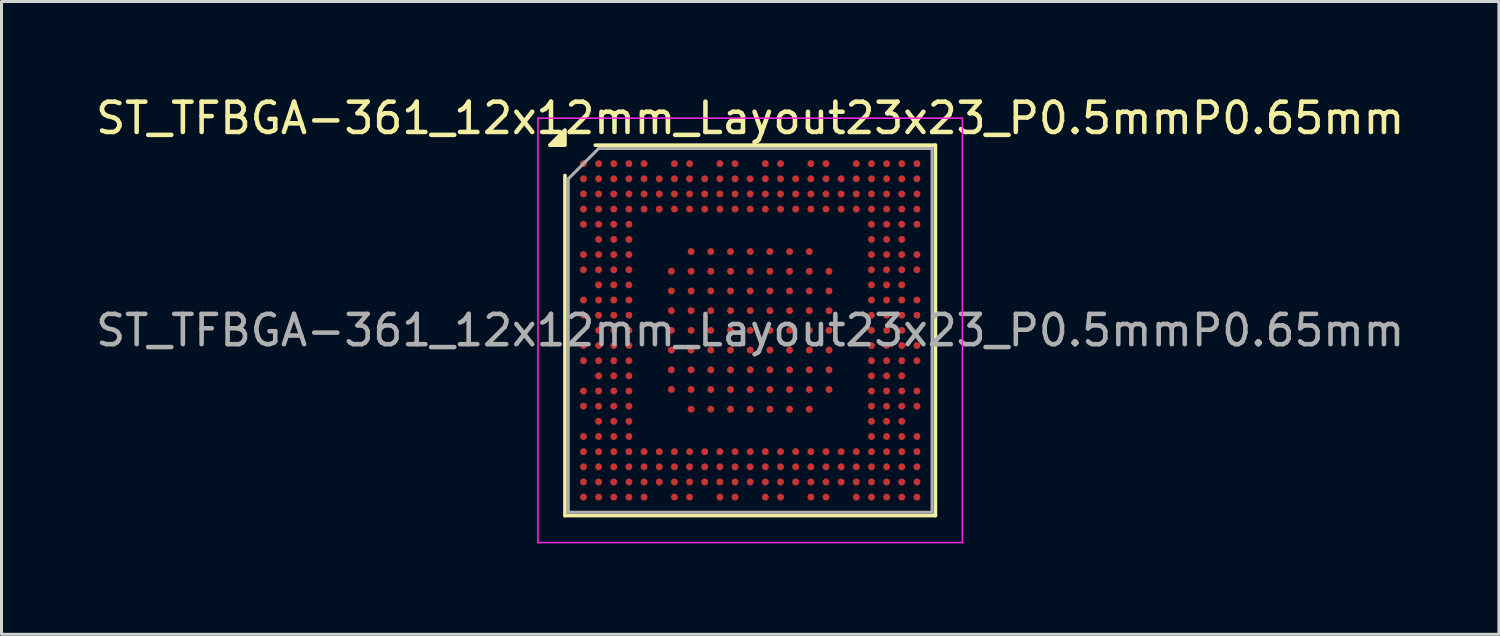
<source format=kicad_pcb>
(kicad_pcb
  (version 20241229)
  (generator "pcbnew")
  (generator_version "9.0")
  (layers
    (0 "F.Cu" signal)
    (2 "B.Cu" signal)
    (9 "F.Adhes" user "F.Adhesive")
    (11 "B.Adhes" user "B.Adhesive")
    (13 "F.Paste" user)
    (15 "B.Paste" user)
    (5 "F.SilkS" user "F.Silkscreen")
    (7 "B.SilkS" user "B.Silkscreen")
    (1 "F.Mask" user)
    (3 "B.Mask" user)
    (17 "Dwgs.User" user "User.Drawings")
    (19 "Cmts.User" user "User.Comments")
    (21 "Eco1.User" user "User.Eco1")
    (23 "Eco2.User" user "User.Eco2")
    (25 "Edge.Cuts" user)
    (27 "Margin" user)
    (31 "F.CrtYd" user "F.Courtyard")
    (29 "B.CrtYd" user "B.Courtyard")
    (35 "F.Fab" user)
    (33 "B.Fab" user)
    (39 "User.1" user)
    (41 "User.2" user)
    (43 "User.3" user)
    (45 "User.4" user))
  (footprint "ST_TFBGA-361_12x12mm_Layout23x23_P0.5mmP0.65mm"
    (layer "F.Cu")
    (at 21.696 7.848)
    (property "Reference" "ST_TFBGA-361_12x12mm_Layout23x23_P0.5mmP0.65mm" (at 0 -7 0) (layer "F.SilkS") (effects (font (size 1 1) (thickness 0.15))))
    (attr smd)
    (fp_line (start -6.11 6.11) (end -6.11 -5.11) (stroke (width 0.12) (type solid)) (layer "F.SilkS"))
    (fp_line (start -5.11 -6.11) (end 6.11 -6.11) (stroke (width 0.12) (type solid)) (layer "F.SilkS"))
    (fp_line (start 6.11 -6.11) (end 6.11 6.11) (stroke (width 0.12) (type solid)) (layer "F.SilkS"))
    (fp_line (start 6.11 6.11) (end -6.11 6.11) (stroke (width 0.12) (type solid)) (layer "F.SilkS"))
    (fp_poly (pts (xy -6.11 -6.11) (xy -6.61 -6.11) (xy -6.11 -6.61) (xy -6.11 -6.11)) (stroke (width 0.12) (type solid)) (fill yes) (layer "F.SilkS"))
    (fp_line (start -7 -7) (end -7 7) (stroke (width 0.05) (type solid)) (layer "F.CrtYd"))
    (fp_line (start -7 7) (end 7 7) (stroke (width 0.05) (type solid)) (layer "F.CrtYd"))
    (fp_line (start 7 -7) (end -7 -7) (stroke (width 0.05) (type solid)) (layer "F.CrtYd"))
    (fp_line (start 7 7) (end 7 -7) (stroke (width 0.05) (type solid)) (layer "F.CrtYd"))
    (fp_line (start -6 -5) (end -5 -6) (stroke (width 0.1) (type solid)) (layer "F.Fab"))
    (fp_line (start -6 6) (end -6 -5) (stroke (width 0.1) (type solid)) (layer "F.Fab"))
    (fp_line (start -5 -6) (end 6 -6) (stroke (width 0.1) (type solid)) (layer "F.Fab"))
    (fp_line (start 6 -6) (end 6 6) (stroke (width 0.1) (type solid)) (layer "F.Fab"))
    (fp_line (start 6 6) (end -6 6) (stroke (width 0.1) (type solid)) (layer "F.Fab"))
    (fp_text user "${REFERENCE}" (at 0 0 0) (layer "F.Fab") (effects (font (size 1 1) (thickness 0.15))))
    (pad "1A2" smd circle (at -1.95 -2.6) (size 0.23 0.23) (property pad_prop_bga) (layers "F.Cu" "F.Mask" "F.Paste"))
    (pad "1A3" smd circle (at -1.3 -2.6) (size 0.23 0.23) (property pad_prop_bga) (layers "F.Cu" "F.Mask" "F.Paste"))
    (pad "1A4" smd circle (at -0.65 -2.6) (size 0.23 0.23) (property pad_prop_bga) (layers "F.Cu" "F.Mask" "F.Paste"))
    (pad "1A5" smd circle (at 0 -2.6) (size 0.23 0.23) (property pad_prop_bga) (layers "F.Cu" "F.Mask" "F.Paste"))
    (pad "1A6" smd circle (at 0.65 -2.6) (size 0.23 0.23) (property pad_prop_bga) (layers "F.Cu" "F.Mask" "F.Paste"))
    (pad "1A7" smd circle (at 1.3 -2.6) (size 0.23 0.23) (property pad_prop_bga) (layers "F.Cu" "F.Mask" "F.Paste"))
    (pad "1A8" smd circle (at 1.95 -2.6) (size 0.23 0.23) (property pad_prop_bga) (layers "F.Cu" "F.Mask" "F.Paste"))
    (pad "1B1" smd circle (at -2.6 -1.95) (size 0.23 0.23) (property pad_prop_bga) (layers "F.Cu" "F.Mask" "F.Paste"))
    (pad "1B2" smd circle (at -1.95 -1.95) (size 0.23 0.23) (property pad_prop_bga) (layers "F.Cu" "F.Mask" "F.Paste"))
    (pad "1B3" smd circle (at -1.3 -1.95) (size 0.23 0.23) (property pad_prop_bga) (layers "F.Cu" "F.Mask" "F.Paste"))
    (pad "1B4" smd circle (at -0.65 -1.95) (size 0.23 0.23) (property pad_prop_bga) (layers "F.Cu" "F.Mask" "F.Paste"))
    (pad "1B5" smd circle (at 0 -1.95) (size 0.23 0.23) (property pad_prop_bga) (layers "F.Cu" "F.Mask" "F.Paste"))
    (pad "1B6" smd circle (at 0.65 -1.95) (size 0.23 0.23) (property pad_prop_bga) (layers "F.Cu" "F.Mask" "F.Paste"))
    (pad "1B7" smd circle (at 1.3 -1.95) (size 0.23 0.23) (property pad_prop_bga) (layers "F.Cu" "F.Mask" "F.Paste"))
    (pad "1B8" smd circle (at 1.95 -1.95) (size 0.23 0.23) (property pad_prop_bga) (layers "F.Cu" "F.Mask" "F.Paste"))
    (pad "1B9" smd circle (at 2.6 -1.95) (size 0.23 0.23) (property pad_prop_bga) (layers "F.Cu" "F.Mask" "F.Paste"))
    (pad "1C1" smd circle (at -2.6 -1.3) (size 0.23 0.23) (property pad_prop_bga) (layers "F.Cu" "F.Mask" "F.Paste"))
    (pad "1C2" smd circle (at -1.95 -1.3) (size 0.23 0.23) (property pad_prop_bga) (layers "F.Cu" "F.Mask" "F.Paste"))
    (pad "1C3" smd circle (at -1.3 -1.3) (size 0.23 0.23) (property pad_prop_bga) (layers "F.Cu" "F.Mask" "F.Paste"))
    (pad "1C4" smd circle (at -0.65 -1.3) (size 0.23 0.23) (property pad_prop_bga) (layers "F.Cu" "F.Mask" "F.Paste"))
    (pad "1C5" smd circle (at 0 -1.3) (size 0.23 0.23) (property pad_prop_bga) (layers "F.Cu" "F.Mask" "F.Paste"))
    (pad "1C6" smd circle (at 0.65 -1.3) (size 0.23 0.23) (property pad_prop_bga) (layers "F.Cu" "F.Mask" "F.Paste"))
    (pad "1C7" smd circle (at 1.3 -1.3) (size 0.23 0.23) (property pad_prop_bga) (layers "F.Cu" "F.Mask" "F.Paste"))
    (pad "1C8" smd circle (at 1.95 -1.3) (size 0.23 0.23) (property pad_prop_bga) (layers "F.Cu" "F.Mask" "F.Paste"))
    (pad "1C9" smd circle (at 2.6 -1.3) (size 0.23 0.23) (property pad_prop_bga) (layers "F.Cu" "F.Mask" "F.Paste"))
    (pad "1D1" smd circle (at -2.6 -0.65) (size 0.23 0.23) (property pad_prop_bga) (layers "F.Cu" "F.Mask" "F.Paste"))
    (pad "1D2" smd circle (at -1.95 -0.65) (size 0.23 0.23) (property pad_prop_bga) (layers "F.Cu" "F.Mask" "F.Paste"))
    (pad "1D3" smd circle (at -1.3 -0.65) (size 0.23 0.23) (property pad_prop_bga) (layers "F.Cu" "F.Mask" "F.Paste"))
    (pad "1D4" smd circle (at -0.65 -0.65) (size 0.23 0.23) (property pad_prop_bga) (layers "F.Cu" "F.Mask" "F.Paste"))
    (pad "1D5" smd circle (at 0 -0.65) (size 0.23 0.23) (property pad_prop_bga) (layers "F.Cu" "F.Mask" "F.Paste"))
    (pad "1D6" smd circle (at 0.65 -0.65) (size 0.23 0.23) (property pad_prop_bga) (layers "F.Cu" "F.Mask" "F.Paste"))
    (pad "1D7" smd circle (at 1.3 -0.65) (size 0.23 0.23) (property pad_prop_bga) (layers "F.Cu" "F.Mask" "F.Paste"))
    (pad "1D8" smd circle (at 1.95 -0.65) (size 0.23 0.23) (property pad_prop_bga) (layers "F.Cu" "F.Mask" "F.Paste"))
    (pad "1D9" smd circle (at 2.6 -0.65) (size 0.23 0.23) (property pad_prop_bga) (layers "F.Cu" "F.Mask" "F.Paste"))
    (pad "1E1" smd circle (at -2.6 0) (size 0.23 0.23) (property pad_prop_bga) (layers "F.Cu" "F.Mask" "F.Paste"))
    (pad "1E2" smd circle (at -1.95 0) (size 0.23 0.23) (property pad_prop_bga) (layers "F.Cu" "F.Mask" "F.Paste"))
    (pad "1E3" smd circle (at -1.3 0) (size 0.23 0.23) (property pad_prop_bga) (layers "F.Cu" "F.Mask" "F.Paste"))
    (pad "1E4" smd circle (at -0.65 0) (size 0.23 0.23) (property pad_prop_bga) (layers "F.Cu" "F.Mask" "F.Paste"))
    (pad "1E5" smd circle (at 0 0) (size 0.23 0.23) (property pad_prop_bga) (layers "F.Cu" "F.Mask" "F.Paste"))
    (pad "1E6" smd circle (at 0.65 0) (size 0.23 0.23) (property pad_prop_bga) (layers "F.Cu" "F.Mask" "F.Paste"))
    (pad "1E7" smd circle (at 1.3 0) (size 0.23 0.23) (property pad_prop_bga) (layers "F.Cu" "F.Mask" "F.Paste"))
    (pad "1E8" smd circle (at 1.95 0) (size 0.23 0.23) (property pad_prop_bga) (layers "F.Cu" "F.Mask" "F.Paste"))
    (pad "1E9" smd circle (at 2.6 0) (size 0.23 0.23) (property pad_prop_bga) (layers "F.Cu" "F.Mask" "F.Paste"))
    (pad "1F1" smd circle (at -2.6 0.65) (size 0.23 0.23) (property pad_prop_bga) (layers "F.Cu" "F.Mask" "F.Paste"))
    (pad "1F2" smd circle (at -1.95 0.65) (size 0.23 0.23) (property pad_prop_bga) (layers "F.Cu" "F.Mask" "F.Paste"))
    (pad "1F3" smd circle (at -1.3 0.65) (size 0.23 0.23) (property pad_prop_bga) (layers "F.Cu" "F.Mask" "F.Paste"))
    (pad "1F4" smd circle (at -0.65 0.65) (size 0.23 0.23) (property pad_prop_bga) (layers "F.Cu" "F.Mask" "F.Paste"))
    (pad "1F5" smd circle (at 0 0.65) (size 0.23 0.23) (property pad_prop_bga) (layers "F.Cu" "F.Mask" "F.Paste"))
    (pad "1F6" smd circle (at 0.65 0.65) (size 0.23 0.23) (property pad_prop_bga) (layers "F.Cu" "F.Mask" "F.Paste"))
    (pad "1F7" smd circle (at 1.3 0.65) (size 0.23 0.23) (property pad_prop_bga) (layers "F.Cu" "F.Mask" "F.Paste"))
    (pad "1F8" smd circle (at 1.95 0.65) (size 0.23 0.23) (property pad_prop_bga) (layers "F.Cu" "F.Mask" "F.Paste"))
    (pad "1F9" smd circle (at 2.6 0.65) (size 0.23 0.23) (property pad_prop_bga) (layers "F.Cu" "F.Mask" "F.Paste"))
    (pad "1G1" smd circle (at -2.6 1.3) (size 0.23 0.23) (property pad_prop_bga) (layers "F.Cu" "F.Mask" "F.Paste"))
    (pad "1G2" smd circle (at -1.95 1.3) (size 0.23 0.23) (property pad_prop_bga) (layers "F.Cu" "F.Mask" "F.Paste"))
    (pad "1G3" smd circle (at -1.3 1.3) (size 0.23 0.23) (property pad_prop_bga) (layers "F.Cu" "F.Mask" "F.Paste"))
    (pad "1G4" smd circle (at -0.65 1.3) (size 0.23 0.23) (property pad_prop_bga) (layers "F.Cu" "F.Mask" "F.Paste"))
    (pad "1G5" smd circle (at 0 1.3) (size 0.23 0.23) (property pad_prop_bga) (layers "F.Cu" "F.Mask" "F.Paste"))
    (pad "1G6" smd circle (at 0.65 1.3) (size 0.23 0.23) (property pad_prop_bga) (layers "F.Cu" "F.Mask" "F.Paste"))
    (pad "1G7" smd circle (at 1.3 1.3) (size 0.23 0.23) (property pad_prop_bga) (layers "F.Cu" "F.Mask" "F.Paste"))
    (pad "1G8" smd circle (at 1.95 1.3) (size 0.23 0.23) (property pad_prop_bga) (layers "F.Cu" "F.Mask" "F.Paste"))
    (pad "1G9" smd circle (at 2.6 1.3) (size 0.23 0.23) (property pad_prop_bga) (layers "F.Cu" "F.Mask" "F.Paste"))
    (pad "1H1" smd circle (at -2.6 1.95) (size 0.23 0.23) (property pad_prop_bga) (layers "F.Cu" "F.Mask" "F.Paste"))
    (pad "1H2" smd circle (at -1.95 1.95) (size 0.23 0.23) (property pad_prop_bga) (layers "F.Cu" "F.Mask" "F.Paste"))
    (pad "1H3" smd circle (at -1.3 1.95) (size 0.23 0.23) (property pad_prop_bga) (layers "F.Cu" "F.Mask" "F.Paste"))
    (pad "1H4" smd circle (at -0.65 1.95) (size 0.23 0.23) (property pad_prop_bga) (layers "F.Cu" "F.Mask" "F.Paste"))
    (pad "1H5" smd circle (at 0 1.95) (size 0.23 0.23) (property pad_prop_bga) (layers "F.Cu" "F.Mask" "F.Paste"))
    (pad "1H6" smd circle (at 0.65 1.95) (size 0.23 0.23) (property pad_prop_bga) (layers "F.Cu" "F.Mask" "F.Paste"))
    (pad "1H7" smd circle (at 1.3 1.95) (size 0.23 0.23) (property pad_prop_bga) (layers "F.Cu" "F.Mask" "F.Paste"))
    (pad "1H8" smd circle (at 1.95 1.95) (size 0.23 0.23) (property pad_prop_bga) (layers "F.Cu" "F.Mask" "F.Paste"))
    (pad "1H9" smd circle (at 2.6 1.95) (size 0.23 0.23) (property pad_prop_bga) (layers "F.Cu" "F.Mask" "F.Paste"))
    (pad "1J2" smd circle (at -1.95 2.6) (size 0.23 0.23) (property pad_prop_bga) (layers "F.Cu" "F.Mask" "F.Paste"))
    (pad "1J3" smd circle (at -1.3 2.6) (size 0.23 0.23) (property pad_prop_bga) (layers "F.Cu" "F.Mask" "F.Paste"))
    (pad "1J4" smd circle (at -0.65 2.6) (size 0.23 0.23) (property pad_prop_bga) (layers "F.Cu" "F.Mask" "F.Paste"))
    (pad "1J5" smd circle (at 0 2.6) (size 0.23 0.23) (property pad_prop_bga) (layers "F.Cu" "F.Mask" "F.Paste"))
    (pad "1J6" smd circle (at 0.65 2.6) (size 0.23 0.23) (property pad_prop_bga) (layers "F.Cu" "F.Mask" "F.Paste"))
    (pad "1J7" smd circle (at 1.3 2.6) (size 0.23 0.23) (property pad_prop_bga) (layers "F.Cu" "F.Mask" "F.Paste"))
    (pad "1J8" smd circle (at 1.95 2.6) (size 0.23 0.23) (property pad_prop_bga) (layers "F.Cu" "F.Mask" "F.Paste"))
    (pad "A1" smd circle (at -5.5 -5.5) (size 0.23 0.23) (property pad_prop_bga) (layers "F.Cu" "F.Mask" "F.Paste"))
    (pad "A2" smd circle (at -5 -5.5) (size 0.23 0.23) (property pad_prop_bga) (layers "F.Cu" "F.Mask" "F.Paste"))
    (pad "A3" smd circle (at -4.5 -5.5) (size 0.23 0.23) (property pad_prop_bga) (layers "F.Cu" "F.Mask" "F.Paste"))
    (pad "A4" smd circle (at -4 -5.5) (size 0.23 0.23) (property pad_prop_bga) (layers "F.Cu" "F.Mask" "F.Paste"))
    (pad "A5" smd circle (at -3.5 -5.5) (size 0.23 0.23) (property pad_prop_bga) (layers "F.Cu" "F.Mask" "F.Paste"))
    (pad "A7" smd circle (at -2.5 -5.5) (size 0.23 0.23) (property pad_prop_bga) (layers "F.Cu" "F.Mask" "F.Paste"))
    (pad "A8" smd circle (at -2 -5.5) (size 0.23 0.23) (property pad_prop_bga) (layers "F.Cu" "F.Mask" "F.Paste"))
    (pad "A10" smd circle (at -1 -5.5) (size 0.23 0.23) (property pad_prop_bga) (layers "F.Cu" "F.Mask" "F.Paste"))
    (pad "A11" smd circle (at -0.5 -5.5) (size 0.23 0.23) (property pad_prop_bga) (layers "F.Cu" "F.Mask" "F.Paste"))
    (pad "A13" smd circle (at 0.5 -5.5) (size 0.23 0.23) (property pad_prop_bga) (layers "F.Cu" "F.Mask" "F.Paste"))
    (pad "A14" smd circle (at 1 -5.5) (size 0.23 0.23) (property pad_prop_bga) (layers "F.Cu" "F.Mask" "F.Paste"))
    (pad "A16" smd circle (at 2 -5.5) (size 0.23 0.23) (property pad_prop_bga) (layers "F.Cu" "F.Mask" "F.Paste"))
    (pad "A17" smd circle (at 2.5 -5.5) (size 0.23 0.23) (property pad_prop_bga) (layers "F.Cu" "F.Mask" "F.Paste"))
    (pad "A19" smd circle (at 3.5 -5.5) (size 0.23 0.23) (property pad_prop_bga) (layers "F.Cu" "F.Mask" "F.Paste"))
    (pad "A20" smd circle (at 4 -5.5) (size 0.23 0.23) (property pad_prop_bga) (layers "F.Cu" "F.Mask" "F.Paste"))
    (pad "A21" smd circle (at 4.5 -5.5) (size 0.23 0.23) (property pad_prop_bga) (layers "F.Cu" "F.Mask" "F.Paste"))
    (pad "A22" smd circle (at 5 -5.5) (size 0.23 0.23) (property pad_prop_bga) (layers "F.Cu" "F.Mask" "F.Paste"))
    (pad "A23" smd circle (at 5.5 -5.5) (size 0.23 0.23) (property pad_prop_bga) (layers "F.Cu" "F.Mask" "F.Paste"))
    (pad "AA1" smd circle (at -5.5 4.5) (size 0.23 0.23) (property pad_prop_bga) (layers "F.Cu" "F.Mask" "F.Paste"))
    (pad "AA2" smd circle (at -5 4.5) (size 0.23 0.23) (property pad_prop_bga) (layers "F.Cu" "F.Mask" "F.Paste"))
    (pad "AA3" smd circle (at -4.5 4.5) (size 0.23 0.23) (property pad_prop_bga) (layers "F.Cu" "F.Mask" "F.Paste"))
    (pad "AA4" smd circle (at -4 4.5) (size 0.23 0.23) (property pad_prop_bga) (layers "F.Cu" "F.Mask" "F.Paste"))
    (pad "AA5" smd circle (at -3.5 4.5) (size 0.23 0.23) (property pad_prop_bga) (layers "F.Cu" "F.Mask" "F.Paste"))
    (pad "AA6" smd circle (at -3 4.5) (size 0.23 0.23) (property pad_prop_bga) (layers "F.Cu" "F.Mask" "F.Paste"))
    (pad "AA7" smd circle (at -2.5 4.5) (size 0.23 0.23) (property pad_prop_bga) (layers "F.Cu" "F.Mask" "F.Paste"))
    (pad "AA8" smd circle (at -2 4.5) (size 0.23 0.23) (property pad_prop_bga) (layers "F.Cu" "F.Mask" "F.Paste"))
    (pad "AA9" smd circle (at -1.5 4.5) (size 0.23 0.23) (property pad_prop_bga) (layers "F.Cu" "F.Mask" "F.Paste"))
    (pad "AA10" smd circle (at -1 4.5) (size 0.23 0.23) (property pad_prop_bga) (layers "F.Cu" "F.Mask" "F.Paste"))
    (pad "AA11" smd circle (at -0.5 4.5) (size 0.23 0.23) (property pad_prop_bga) (layers "F.Cu" "F.Mask" "F.Paste"))
    (pad "AA12" smd circle (at 0 4.5) (size 0.23 0.23) (property pad_prop_bga) (layers "F.Cu" "F.Mask" "F.Paste"))
    (pad "AA13" smd circle (at 0.5 4.5) (size 0.23 0.23) (property pad_prop_bga) (layers "F.Cu" "F.Mask" "F.Paste"))
    (pad "AA14" smd circle (at 1 4.5) (size 0.23 0.23) (property pad_prop_bga) (layers "F.Cu" "F.Mask" "F.Paste"))
    (pad "AA15" smd circle (at 1.5 4.5) (size 0.23 0.23) (property pad_prop_bga) (layers "F.Cu" "F.Mask" "F.Paste"))
    (pad "AA16" smd circle (at 2 4.5) (size 0.23 0.23) (property pad_prop_bga) (layers "F.Cu" "F.Mask" "F.Paste"))
    (pad "AA17" smd circle (at 2.5 4.5) (size 0.23 0.23) (property pad_prop_bga) (layers "F.Cu" "F.Mask" "F.Paste"))
    (pad "AA18" smd circle (at 3 4.5) (size 0.23 0.23) (property pad_prop_bga) (layers "F.Cu" "F.Mask" "F.Paste"))
    (pad "AA19" smd circle (at 3.5 4.5) (size 0.23 0.23) (property pad_prop_bga) (layers "F.Cu" "F.Mask" "F.Paste"))
    (pad "AA20" smd circle (at 4 4.5) (size 0.23 0.23) (property pad_prop_bga) (layers "F.Cu" "F.Mask" "F.Paste"))
    (pad "AA21" smd circle (at 4.5 4.5) (size 0.23 0.23) (property pad_prop_bga) (layers "F.Cu" "F.Mask" "F.Paste"))
    (pad "AA22" smd circle (at 5 4.5) (size 0.23 0.23) (property pad_prop_bga) (layers "F.Cu" "F.Mask" "F.Paste"))
    (pad "AA23" smd circle (at 5.5 4.5) (size 0.23 0.23) (property pad_prop_bga) (layers "F.Cu" "F.Mask" "F.Paste"))
    (pad "AB1" smd circle (at -5.5 5) (size 0.23 0.23) (property pad_prop_bga) (layers "F.Cu" "F.Mask" "F.Paste"))
    (pad "AB2" smd circle (at -5 5) (size 0.23 0.23) (property pad_prop_bga) (layers "F.Cu" "F.Mask" "F.Paste"))
    (pad "AB3" smd circle (at -4.5 5) (size 0.23 0.23) (property pad_prop_bga) (layers "F.Cu" "F.Mask" "F.Paste"))
    (pad "AB4" smd circle (at -4 5) (size 0.23 0.23) (property pad_prop_bga) (layers "F.Cu" "F.Mask" "F.Paste"))
    (pad "AB5" smd circle (at -3.5 5) (size 0.23 0.23) (property pad_prop_bga) (layers "F.Cu" "F.Mask" "F.Paste"))
    (pad "AB6" smd circle (at -3 5) (size 0.23 0.23) (property pad_prop_bga) (layers "F.Cu" "F.Mask" "F.Paste"))
    (pad "AB7" smd circle (at -2.5 5) (size 0.23 0.23) (property pad_prop_bga) (layers "F.Cu" "F.Mask" "F.Paste"))
    (pad "AB8" smd circle (at -2 5) (size 0.23 0.23) (property pad_prop_bga) (layers "F.Cu" "F.Mask" "F.Paste"))
    (pad "AB9" smd circle (at -1.5 5) (size 0.23 0.23) (property pad_prop_bga) (layers "F.Cu" "F.Mask" "F.Paste"))
    (pad "AB10" smd circle (at -1 5) (size 0.23 0.23) (property pad_prop_bga) (layers "F.Cu" "F.Mask" "F.Paste"))
    (pad "AB11" smd circle (at -0.5 5) (size 0.23 0.23) (property pad_prop_bga) (layers "F.Cu" "F.Mask" "F.Paste"))
    (pad "AB12" smd circle (at 0 5) (size 0.23 0.23) (property pad_prop_bga) (layers "F.Cu" "F.Mask" "F.Paste"))
    (pad "AB13" smd circle (at 0.5 5) (size 0.23 0.23) (property pad_prop_bga) (layers "F.Cu" "F.Mask" "F.Paste"))
    (pad "AB14" smd circle (at 1 5) (size 0.23 0.23) (property pad_prop_bga) (layers "F.Cu" "F.Mask" "F.Paste"))
    (pad "AB15" smd circle (at 1.5 5) (size 0.23 0.23) (property pad_prop_bga) (layers "F.Cu" "F.Mask" "F.Paste"))
    (pad "AB16" smd circle (at 2 5) (size 0.23 0.23) (property pad_prop_bga) (layers "F.Cu" "F.Mask" "F.Paste"))
    (pad "AB17" smd circle (at 2.5 5) (size 0.23 0.23) (property pad_prop_bga) (layers "F.Cu" "F.Mask" "F.Paste"))
    (pad "AB18" smd circle (at 3 5) (size 0.23 0.23) (property pad_prop_bga) (layers "F.Cu" "F.Mask" "F.Paste"))
    (pad "AB19" smd circle (at 3.5 5) (size 0.23 0.23) (property pad_prop_bga) (layers "F.Cu" "F.Mask" "F.Paste"))
    (pad "AB20" smd circle (at 4 5) (size 0.23 0.23) (property pad_prop_bga) (layers "F.Cu" "F.Mask" "F.Paste"))
    (pad "AB21" smd circle (at 4.5 5) (size 0.23 0.23) (property pad_prop_bga) (layers "F.Cu" "F.Mask" "F.Paste"))
    (pad "AB22" smd circle (at 5 5) (size 0.23 0.23) (property pad_prop_bga) (layers "F.Cu" "F.Mask" "F.Paste"))
    (pad "AB23" smd circle (at 5.5 5) (size 0.23 0.23) (property pad_prop_bga) (layers "F.Cu" "F.Mask" "F.Paste"))
    (pad "AC1" smd circle (at -5.5 5.5) (size 0.23 0.23) (property pad_prop_bga) (layers "F.Cu" "F.Mask" "F.Paste"))
    (pad "AC2" smd circle (at -5 5.5) (size 0.23 0.23) (property pad_prop_bga) (layers "F.Cu" "F.Mask" "F.Paste"))
    (pad "AC3" smd circle (at -4.5 5.5) (size 0.23 0.23) (property pad_prop_bga) (layers "F.Cu" "F.Mask" "F.Paste"))
    (pad "AC4" smd circle (at -4 5.5) (size 0.23 0.23) (property pad_prop_bga) (layers "F.Cu" "F.Mask" "F.Paste"))
    (pad "AC5" smd circle (at -3.5 5.5) (size 0.23 0.23) (property pad_prop_bga) (layers "F.Cu" "F.Mask" "F.Paste"))
    (pad "AC7" smd circle (at -2.5 5.5) (size 0.23 0.23) (property pad_prop_bga) (layers "F.Cu" "F.Mask" "F.Paste"))
    (pad "AC8" smd circle (at -2 5.5) (size 0.23 0.23) (property pad_prop_bga) (layers "F.Cu" "F.Mask" "F.Paste"))
    (pad "AC10" smd circle (at -1 5.5) (size 0.23 0.23) (property pad_prop_bga) (layers "F.Cu" "F.Mask" "F.Paste"))
    (pad "AC11" smd circle (at -0.5 5.5) (size 0.23 0.23) (property pad_prop_bga) (layers "F.Cu" "F.Mask" "F.Paste"))
    (pad "AC13" smd circle (at 0.5 5.5) (size 0.23 0.23) (property pad_prop_bga) (layers "F.Cu" "F.Mask" "F.Paste"))
    (pad "AC14" smd circle (at 1 5.5) (size 0.23 0.23) (property pad_prop_bga) (layers "F.Cu" "F.Mask" "F.Paste"))
    (pad "AC16" smd circle (at 2 5.5) (size 0.23 0.23) (property pad_prop_bga) (layers "F.Cu" "F.Mask" "F.Paste"))
    (pad "AC17" smd circle (at 2.5 5.5) (size 0.23 0.23) (property pad_prop_bga) (layers "F.Cu" "F.Mask" "F.Paste"))
    (pad "AC19" smd circle (at 3.5 5.5) (size 0.23 0.23) (property pad_prop_bga) (layers "F.Cu" "F.Mask" "F.Paste"))
    (pad "AC20" smd circle (at 4 5.5) (size 0.23 0.23) (property pad_prop_bga) (layers "F.Cu" "F.Mask" "F.Paste"))
    (pad "AC21" smd circle (at 4.5 5.5) (size 0.23 0.23) (property pad_prop_bga) (layers "F.Cu" "F.Mask" "F.Paste"))
    (pad "AC22" smd circle (at 5 5.5) (size 0.23 0.23) (property pad_prop_bga) (layers "F.Cu" "F.Mask" "F.Paste"))
    (pad "AC23" smd circle (at 5.5 5.5) (size 0.23 0.23) (property pad_prop_bga) (layers "F.Cu" "F.Mask" "F.Paste"))
    (pad "B1" smd circle (at -5.5 -5) (size 0.23 0.23) (property pad_prop_bga) (layers "F.Cu" "F.Mask" "F.Paste"))
    (pad "B2" smd circle (at -5 -5) (size 0.23 0.23) (property pad_prop_bga) (layers "F.Cu" "F.Mask" "F.Paste"))
    (pad "B3" smd circle (at -4.5 -5) (size 0.23 0.23) (property pad_prop_bga) (layers "F.Cu" "F.Mask" "F.Paste"))
    (pad "B4" smd circle (at -4 -5) (size 0.23 0.23) (property pad_prop_bga) (layers "F.Cu" "F.Mask" "F.Paste"))
    (pad "B5" smd circle (at -3.5 -5) (size 0.23 0.23) (property pad_prop_bga) (layers "F.Cu" "F.Mask" "F.Paste"))
    (pad "B6" smd circle (at -3 -5) (size 0.23 0.23) (property pad_prop_bga) (layers "F.Cu" "F.Mask" "F.Paste"))
    (pad "B7" smd circle (at -2.5 -5) (size 0.23 0.23) (property pad_prop_bga) (layers "F.Cu" "F.Mask" "F.Paste"))
    (pad "B8" smd circle (at -2 -5) (size 0.23 0.23) (property pad_prop_bga) (layers "F.Cu" "F.Mask" "F.Paste"))
    (pad "B9" smd circle (at -1.5 -5) (size 0.23 0.23) (property pad_prop_bga) (layers "F.Cu" "F.Mask" "F.Paste"))
    (pad "B10" smd circle (at -1 -5) (size 0.23 0.23) (property pad_prop_bga) (layers "F.Cu" "F.Mask" "F.Paste"))
    (pad "B11" smd circle (at -0.5 -5) (size 0.23 0.23) (property pad_prop_bga) (layers "F.Cu" "F.Mask" "F.Paste"))
    (pad "B12" smd circle (at 0 -5) (size 0.23 0.23) (property pad_prop_bga) (layers "F.Cu" "F.Mask" "F.Paste"))
    (pad "B13" smd circle (at 0.5 -5) (size 0.23 0.23) (property pad_prop_bga) (layers "F.Cu" "F.Mask" "F.Paste"))
    (pad "B14" smd circle (at 1 -5) (size 0.23 0.23) (property pad_prop_bga) (layers "F.Cu" "F.Mask" "F.Paste"))
    (pad "B15" smd circle (at 1.5 -5) (size 0.23 0.23) (property pad_prop_bga) (layers "F.Cu" "F.Mask" "F.Paste"))
    (pad "B16" smd circle (at 2 -5) (size 0.23 0.23) (property pad_prop_bga) (layers "F.Cu" "F.Mask" "F.Paste"))
    (pad "B17" smd circle (at 2.5 -5) (size 0.23 0.23) (property pad_prop_bga) (layers "F.Cu" "F.Mask" "F.Paste"))
    (pad "B18" smd circle (at 3 -5) (size 0.23 0.23) (property pad_prop_bga) (layers "F.Cu" "F.Mask" "F.Paste"))
    (pad "B19" smd circle (at 3.5 -5) (size 0.23 0.23) (property pad_prop_bga) (layers "F.Cu" "F.Mask" "F.Paste"))
    (pad "B20" smd circle (at 4 -5) (size 0.23 0.23) (property pad_prop_bga) (layers "F.Cu" "F.Mask" "F.Paste"))
    (pad "B21" smd circle (at 4.5 -5) (size 0.23 0.23) (property pad_prop_bga) (layers "F.Cu" "F.Mask" "F.Paste"))
    (pad "B22" smd circle (at 5 -5) (size 0.23 0.23) (property pad_prop_bga) (layers "F.Cu" "F.Mask" "F.Paste"))
    (pad "B23" smd circle (at 5.5 -5) (size 0.23 0.23) (property pad_prop_bga) (layers "F.Cu" "F.Mask" "F.Paste"))
    (pad "C1" smd circle (at -5.5 -4.5) (size 0.23 0.23) (property pad_prop_bga) (layers "F.Cu" "F.Mask" "F.Paste"))
    (pad "C2" smd circle (at -5 -4.5) (size 0.23 0.23) (property pad_prop_bga) (layers "F.Cu" "F.Mask" "F.Paste"))
    (pad "C3" smd circle (at -4.5 -4.5) (size 0.23 0.23) (property pad_prop_bga) (layers "F.Cu" "F.Mask" "F.Paste"))
    (pad "C4" smd circle (at -4 -4.5) (size 0.23 0.23) (property pad_prop_bga) (layers "F.Cu" "F.Mask" "F.Paste"))
    (pad "C5" smd circle (at -3.5 -4.5) (size 0.23 0.23) (property pad_prop_bga) (layers "F.Cu" "F.Mask" "F.Paste"))
    (pad "C6" smd circle (at -3 -4.5) (size 0.23 0.23) (property pad_prop_bga) (layers "F.Cu" "F.Mask" "F.Paste"))
    (pad "C7" smd circle (at -2.5 -4.5) (size 0.23 0.23) (property pad_prop_bga) (layers "F.Cu" "F.Mask" "F.Paste"))
    (pad "C8" smd circle (at -2 -4.5) (size 0.23 0.23) (property pad_prop_bga) (layers "F.Cu" "F.Mask" "F.Paste"))
    (pad "C9" smd circle (at -1.5 -4.5) (size 0.23 0.23) (property pad_prop_bga) (layers "F.Cu" "F.Mask" "F.Paste"))
    (pad "C10" smd circle (at -1 -4.5) (size 0.23 0.23) (property pad_prop_bga) (layers "F.Cu" "F.Mask" "F.Paste"))
    (pad "C11" smd circle (at -0.5 -4.5) (size 0.23 0.23) (property pad_prop_bga) (layers "F.Cu" "F.Mask" "F.Paste"))
    (pad "C12" smd circle (at 0 -4.5) (size 0.23 0.23) (property pad_prop_bga) (layers "F.Cu" "F.Mask" "F.Paste"))
    (pad "C13" smd circle (at 0.5 -4.5) (size 0.23 0.23) (property pad_prop_bga) (layers "F.Cu" "F.Mask" "F.Paste"))
    (pad "C14" smd circle (at 1 -4.5) (size 0.23 0.23) (property pad_prop_bga) (layers "F.Cu" "F.Mask" "F.Paste"))
    (pad "C15" smd circle (at 1.5 -4.5) (size 0.23 0.23) (property pad_prop_bga) (layers "F.Cu" "F.Mask" "F.Paste"))
    (pad "C16" smd circle (at 2 -4.5) (size 0.23 0.23) (property pad_prop_bga) (layers "F.Cu" "F.Mask" "F.Paste"))
    (pad "C17" smd circle (at 2.5 -4.5) (size 0.23 0.23) (property pad_prop_bga) (layers "F.Cu" "F.Mask" "F.Paste"))
    (pad "C18" smd circle (at 3 -4.5) (size 0.23 0.23) (property pad_prop_bga) (layers "F.Cu" "F.Mask" "F.Paste"))
    (pad "C19" smd circle (at 3.5 -4.5) (size 0.23 0.23) (property pad_prop_bga) (layers "F.Cu" "F.Mask" "F.Paste"))
    (pad "C20" smd circle (at 4 -4.5) (size 0.23 0.23) (property pad_prop_bga) (layers "F.Cu" "F.Mask" "F.Paste"))
    (pad "C21" smd circle (at 4.5 -4.5) (size 0.23 0.23) (property pad_prop_bga) (layers "F.Cu" "F.Mask" "F.Paste"))
    (pad "C22" smd circle (at 5 -4.5) (size 0.23 0.23) (property pad_prop_bga) (layers "F.Cu" "F.Mask" "F.Paste"))
    (pad "C23" smd circle (at 5.5 -4.5) (size 0.23 0.23) (property pad_prop_bga) (layers "F.Cu" "F.Mask" "F.Paste"))
    (pad "D1" smd circle (at -5.5 -4) (size 0.23 0.23) (property pad_prop_bga) (layers "F.Cu" "F.Mask" "F.Paste"))
    (pad "D2" smd circle (at -5 -4) (size 0.23 0.23) (property pad_prop_bga) (layers "F.Cu" "F.Mask" "F.Paste"))
    (pad "D3" smd circle (at -4.5 -4) (size 0.23 0.23) (property pad_prop_bga) (layers "F.Cu" "F.Mask" "F.Paste"))
    (pad "D4" smd circle (at -4 -4) (size 0.23 0.23) (property pad_prop_bga) (layers "F.Cu" "F.Mask" "F.Paste"))
    (pad "D5" smd circle (at -3.5 -4) (size 0.23 0.23) (property pad_prop_bga) (layers "F.Cu" "F.Mask" "F.Paste"))
    (pad "D6" smd circle (at -3 -4) (size 0.23 0.23) (property pad_prop_bga) (layers "F.Cu" "F.Mask" "F.Paste"))
    (pad "D7" smd circle (at -2.5 -4) (size 0.23 0.23) (property pad_prop_bga) (layers "F.Cu" "F.Mask" "F.Paste"))
    (pad "D8" smd circle (at -2 -4) (size 0.23 0.23) (property pad_prop_bga) (layers "F.Cu" "F.Mask" "F.Paste"))
    (pad "D9" smd circle (at -1.5 -4) (size 0.23 0.23) (property pad_prop_bga) (layers "F.Cu" "F.Mask" "F.Paste"))
    (pad "D10" smd circle (at -1 -4) (size 0.23 0.23) (property pad_prop_bga) (layers "F.Cu" "F.Mask" "F.Paste"))
    (pad "D11" smd circle (at -0.5 -4) (size 0.23 0.23) (property pad_prop_bga) (layers "F.Cu" "F.Mask" "F.Paste"))
    (pad "D12" smd circle (at 0 -4) (size 0.23 0.23) (property pad_prop_bga) (layers "F.Cu" "F.Mask" "F.Paste"))
    (pad "D13" smd circle (at 0.5 -4) (size 0.23 0.23) (property pad_prop_bga) (layers "F.Cu" "F.Mask" "F.Paste"))
    (pad "D14" smd circle (at 1 -4) (size 0.23 0.23) (property pad_prop_bga) (layers "F.Cu" "F.Mask" "F.Paste"))
    (pad "D15" smd circle (at 1.5 -4) (size 0.23 0.23) (property pad_prop_bga) (layers "F.Cu" "F.Mask" "F.Paste"))
    (pad "D16" smd circle (at 2 -4) (size 0.23 0.23) (property pad_prop_bga) (layers "F.Cu" "F.Mask" "F.Paste"))
    (pad "D17" smd circle (at 2.5 -4) (size 0.23 0.23) (property pad_prop_bga) (layers "F.Cu" "F.Mask" "F.Paste"))
    (pad "D18" smd circle (at 3 -4) (size 0.23 0.23) (property pad_prop_bga) (layers "F.Cu" "F.Mask" "F.Paste"))
    (pad "D19" smd circle (at 3.5 -4) (size 0.23 0.23) (property pad_prop_bga) (layers "F.Cu" "F.Mask" "F.Paste"))
    (pad "D20" smd circle (at 4 -4) (size 0.23 0.23) (property pad_prop_bga) (layers "F.Cu" "F.Mask" "F.Paste"))
    (pad "D21" smd circle (at 4.5 -4) (size 0.23 0.23) (property pad_prop_bga) (layers "F.Cu" "F.Mask" "F.Paste"))
    (pad "D22" smd circle (at 5 -4) (size 0.23 0.23) (property pad_prop_bga) (layers "F.Cu" "F.Mask" "F.Paste"))
    (pad "D23" smd circle (at 5.5 -4) (size 0.23 0.23) (property pad_prop_bga) (layers "F.Cu" "F.Mask" "F.Paste"))
    (pad "E1" smd circle (at -5.5 -3.5) (size 0.23 0.23) (property pad_prop_bga) (layers "F.Cu" "F.Mask" "F.Paste"))
    (pad "E2" smd circle (at -5 -3.5) (size 0.23 0.23) (property pad_prop_bga) (layers "F.Cu" "F.Mask" "F.Paste"))
    (pad "E3" smd circle (at -4.5 -3.5) (size 0.23 0.23) (property pad_prop_bga) (layers "F.Cu" "F.Mask" "F.Paste"))
    (pad "E4" smd circle (at -4 -3.5) (size 0.23 0.23) (property pad_prop_bga) (layers "F.Cu" "F.Mask" "F.Paste"))
    (pad "E20" smd circle (at 4 -3.5) (size 0.23 0.23) (property pad_prop_bga) (layers "F.Cu" "F.Mask" "F.Paste"))
    (pad "E21" smd circle (at 4.5 -3.5) (size 0.23 0.23) (property pad_prop_bga) (layers "F.Cu" "F.Mask" "F.Paste"))
    (pad "E22" smd circle (at 5 -3.5) (size 0.23 0.23) (property pad_prop_bga) (layers "F.Cu" "F.Mask" "F.Paste"))
    (pad "E23" smd circle (at 5.5 -3.5) (size 0.23 0.23) (property pad_prop_bga) (layers "F.Cu" "F.Mask" "F.Paste"))
    (pad "F2" smd circle (at -5 -3) (size 0.23 0.23) (property pad_prop_bga) (layers "F.Cu" "F.Mask" "F.Paste"))
    (pad "F3" smd circle (at -4.5 -3) (size 0.23 0.23) (property pad_prop_bga) (layers "F.Cu" "F.Mask" "F.Paste"))
    (pad "F4" smd circle (at -4 -3) (size 0.23 0.23) (property pad_prop_bga) (layers "F.Cu" "F.Mask" "F.Paste"))
    (pad "F20" smd circle (at 4 -3) (size 0.23 0.23) (property pad_prop_bga) (layers "F.Cu" "F.Mask" "F.Paste"))
    (pad "F21" smd circle (at 4.5 -3) (size 0.23 0.23) (property pad_prop_bga) (layers "F.Cu" "F.Mask" "F.Paste"))
    (pad "F22" smd circle (at 5 -3) (size 0.23 0.23) (property pad_prop_bga) (layers "F.Cu" "F.Mask" "F.Paste"))
    (pad "G1" smd circle (at -5.5 -2.5) (size 0.23 0.23) (property pad_prop_bga) (layers "F.Cu" "F.Mask" "F.Paste"))
    (pad "G2" smd circle (at -5 -2.5) (size 0.23 0.23) (property pad_prop_bga) (layers "F.Cu" "F.Mask" "F.Paste"))
    (pad "G3" smd circle (at -4.5 -2.5) (size 0.23 0.23) (property pad_prop_bga) (layers "F.Cu" "F.Mask" "F.Paste"))
    (pad "G4" smd circle (at -4 -2.5) (size 0.23 0.23) (property pad_prop_bga) (layers "F.Cu" "F.Mask" "F.Paste"))
    (pad "G20" smd circle (at 4 -2.5) (size 0.23 0.23) (property pad_prop_bga) (layers "F.Cu" "F.Mask" "F.Paste"))
    (pad "G21" smd circle (at 4.5 -2.5) (size 0.23 0.23) (property pad_prop_bga) (layers "F.Cu" "F.Mask" "F.Paste"))
    (pad "G22" smd circle (at 5 -2.5) (size 0.23 0.23) (property pad_prop_bga) (layers "F.Cu" "F.Mask" "F.Paste"))
    (pad "G23" smd circle (at 5.5 -2.5) (size 0.23 0.23) (property pad_prop_bga) (layers "F.Cu" "F.Mask" "F.Paste"))
    (pad "H1" smd circle (at -5.5 -2) (size 0.23 0.23) (property pad_prop_bga) (layers "F.Cu" "F.Mask" "F.Paste"))
    (pad "H2" smd circle (at -5 -2) (size 0.23 0.23) (property pad_prop_bga) (layers "F.Cu" "F.Mask" "F.Paste"))
    (pad "H3" smd circle (at -4.5 -2) (size 0.23 0.23) (property pad_prop_bga) (layers "F.Cu" "F.Mask" "F.Paste"))
    (pad "H4" smd circle (at -4 -2) (size 0.23 0.23) (property pad_prop_bga) (layers "F.Cu" "F.Mask" "F.Paste"))
    (pad "H20" smd circle (at 4 -2) (size 0.23 0.23) (property pad_prop_bga) (layers "F.Cu" "F.Mask" "F.Paste"))
    (pad "H21" smd circle (at 4.5 -2) (size 0.23 0.23) (property pad_prop_bga) (layers "F.Cu" "F.Mask" "F.Paste"))
    (pad "H22" smd circle (at 5 -2) (size 0.23 0.23) (property pad_prop_bga) (layers "F.Cu" "F.Mask" "F.Paste"))
    (pad "H23" smd circle (at 5.5 -2) (size 0.23 0.23) (property pad_prop_bga) (layers "F.Cu" "F.Mask" "F.Paste"))
    (pad "J2" smd circle (at -5 -1.5) (size 0.23 0.23) (property pad_prop_bga) (layers "F.Cu" "F.Mask" "F.Paste"))
    (pad "J3" smd circle (at -4.5 -1.5) (size 0.23 0.23) (property pad_prop_bga) (layers "F.Cu" "F.Mask" "F.Paste"))
    (pad "J4" smd circle (at -4 -1.5) (size 0.23 0.23) (property pad_prop_bga) (layers "F.Cu" "F.Mask" "F.Paste"))
    (pad "J20" smd circle (at 4 -1.5) (size 0.23 0.23) (property pad_prop_bga) (layers "F.Cu" "F.Mask" "F.Paste"))
    (pad "J21" smd circle (at 4.5 -1.5) (size 0.23 0.23) (property pad_prop_bga) (layers "F.Cu" "F.Mask" "F.Paste"))
    (pad "J22" smd circle (at 5 -1.5) (size 0.23 0.23) (property pad_prop_bga) (layers "F.Cu" "F.Mask" "F.Paste"))
    (pad "K1" smd circle (at -5.5 -1) (size 0.23 0.23) (property pad_prop_bga) (layers "F.Cu" "F.Mask" "F.Paste"))
    (pad "K2" smd circle (at -5 -1) (size 0.23 0.23) (property pad_prop_bga) (layers "F.Cu" "F.Mask" "F.Paste"))
    (pad "K3" smd circle (at -4.5 -1) (size 0.23 0.23) (property pad_prop_bga) (layers "F.Cu" "F.Mask" "F.Paste"))
    (pad "K4" smd circle (at -4 -1) (size 0.23 0.23) (property pad_prop_bga) (layers "F.Cu" "F.Mask" "F.Paste"))
    (pad "K20" smd circle (at 4 -1) (size 0.23 0.23) (property pad_prop_bga) (layers "F.Cu" "F.Mask" "F.Paste"))
    (pad "K21" smd circle (at 4.5 -1) (size 0.23 0.23) (property pad_prop_bga) (layers "F.Cu" "F.Mask" "F.Paste"))
    (pad "K22" smd circle (at 5 -1) (size 0.23 0.23) (property pad_prop_bga) (layers "F.Cu" "F.Mask" "F.Paste"))
    (pad "K23" smd circle (at 5.5 -1) (size 0.23 0.23) (property pad_prop_bga) (layers "F.Cu" "F.Mask" "F.Paste"))
    (pad "L1" smd circle (at -5.5 -0.5) (size 0.23 0.23) (property pad_prop_bga) (layers "F.Cu" "F.Mask" "F.Paste"))
    (pad "L2" smd circle (at -5 -0.5) (size 0.23 0.23) (property pad_prop_bga) (layers "F.Cu" "F.Mask" "F.Paste"))
    (pad "L3" smd circle (at -4.5 -0.5) (size 0.23 0.23) (property pad_prop_bga) (layers "F.Cu" "F.Mask" "F.Paste"))
    (pad "L4" smd circle (at -4 -0.5) (size 0.23 0.23) (property pad_prop_bga) (layers "F.Cu" "F.Mask" "F.Paste"))
    (pad "L20" smd circle (at 4 -0.5) (size 0.23 0.23) (property pad_prop_bga) (layers "F.Cu" "F.Mask" "F.Paste"))
    (pad "L21" smd circle (at 4.5 -0.5) (size 0.23 0.23) (property pad_prop_bga) (layers "F.Cu" "F.Mask" "F.Paste"))
    (pad "L22" smd circle (at 5 -0.5) (size 0.23 0.23) (property pad_prop_bga) (layers "F.Cu" "F.Mask" "F.Paste"))
    (pad "L23" smd circle (at 5.5 -0.5) (size 0.23 0.23) (property pad_prop_bga) (layers "F.Cu" "F.Mask" "F.Paste"))
    (pad "M2" smd circle (at -5 0) (size 0.23 0.23) (property pad_prop_bga) (layers "F.Cu" "F.Mask" "F.Paste"))
    (pad "M3" smd circle (at -4.5 0) (size 0.23 0.23) (property pad_prop_bga) (layers "F.Cu" "F.Mask" "F.Paste"))
    (pad "M4" smd circle (at -4 0) (size 0.23 0.23) (property pad_prop_bga) (layers "F.Cu" "F.Mask" "F.Paste"))
    (pad "M20" smd circle (at 4 0) (size 0.23 0.23) (property pad_prop_bga) (layers "F.Cu" "F.Mask" "F.Paste"))
    (pad "M21" smd circle (at 4.5 0) (size 0.23 0.23) (property pad_prop_bga) (layers "F.Cu" "F.Mask" "F.Paste"))
    (pad "M22" smd circle (at 5 0) (size 0.23 0.23) (property pad_prop_bga) (layers "F.Cu" "F.Mask" "F.Paste"))
    (pad "N1" smd circle (at -5.5 0.5) (size 0.23 0.23) (property pad_prop_bga) (layers "F.Cu" "F.Mask" "F.Paste"))
    (pad "N2" smd circle (at -5 0.5) (size 0.23 0.23) (property pad_prop_bga) (layers "F.Cu" "F.Mask" "F.Paste"))
    (pad "N3" smd circle (at -4.5 0.5) (size 0.23 0.23) (property pad_prop_bga) (layers "F.Cu" "F.Mask" "F.Paste"))
    (pad "N4" smd circle (at -4 0.5) (size 0.23 0.23) (property pad_prop_bga) (layers "F.Cu" "F.Mask" "F.Paste"))
    (pad "N20" smd circle (at 4 0.5) (size 0.23 0.23) (property pad_prop_bga) (layers "F.Cu" "F.Mask" "F.Paste"))
    (pad "N21" smd circle (at 4.5 0.5) (size 0.23 0.23) (property pad_prop_bga) (layers "F.Cu" "F.Mask" "F.Paste"))
    (pad "N22" smd circle (at 5 0.5) (size 0.23 0.23) (property pad_prop_bga) (layers "F.Cu" "F.Mask" "F.Paste"))
    (pad "N23" smd circle (at 5.5 0.5) (size 0.23 0.23) (property pad_prop_bga) (layers "F.Cu" "F.Mask" "F.Paste"))
    (pad "P1" smd circle (at -5.5 1) (size 0.23 0.23) (property pad_prop_bga) (layers "F.Cu" "F.Mask" "F.Paste"))
    (pad "P2" smd circle (at -5 1) (size 0.23 0.23) (property pad_prop_bga) (layers "F.Cu" "F.Mask" "F.Paste"))
    (pad "P3" smd circle (at -4.5 1) (size 0.23 0.23) (property pad_prop_bga) (layers "F.Cu" "F.Mask" "F.Paste"))
    (pad "P4" smd circle (at -4 1) (size 0.23 0.23) (property pad_prop_bga) (layers "F.Cu" "F.Mask" "F.Paste"))
    (pad "P20" smd circle (at 4 1) (size 0.23 0.23) (property pad_prop_bga) (layers "F.Cu" "F.Mask" "F.Paste"))
    (pad "P21" smd circle (at 4.5 1) (size 0.23 0.23) (property pad_prop_bga) (layers "F.Cu" "F.Mask" "F.Paste"))
    (pad "P22" smd circle (at 5 1) (size 0.23 0.23) (property pad_prop_bga) (layers "F.Cu" "F.Mask" "F.Paste"))
    (pad "P23" smd circle (at 5.5 1) (size 0.23 0.23) (property pad_prop_bga) (layers "F.Cu" "F.Mask" "F.Paste"))
    (pad "R2" smd circle (at -5 1.5) (size 0.23 0.23) (property pad_prop_bga) (layers "F.Cu" "F.Mask" "F.Paste"))
    (pad "R3" smd circle (at -4.5 1.5) (size 0.23 0.23) (property pad_prop_bga) (layers "F.Cu" "F.Mask" "F.Paste"))
    (pad "R4" smd circle (at -4 1.5) (size 0.23 0.23) (property pad_prop_bga) (layers "F.Cu" "F.Mask" "F.Paste"))
    (pad "R20" smd circle (at 4 1.5) (size 0.23 0.23) (property pad_prop_bga) (layers "F.Cu" "F.Mask" "F.Paste"))
    (pad "R21" smd circle (at 4.5 1.5) (size 0.23 0.23) (property pad_prop_bga) (layers "F.Cu" "F.Mask" "F.Paste"))
    (pad "R22" smd circle (at 5 1.5) (size 0.23 0.23) (property pad_prop_bga) (layers "F.Cu" "F.Mask" "F.Paste"))
    (pad "T1" smd circle (at -5.5 2) (size 0.23 0.23) (property pad_prop_bga) (layers "F.Cu" "F.Mask" "F.Paste"))
    (pad "T2" smd circle (at -5 2) (size 0.23 0.23) (property pad_prop_bga) (layers "F.Cu" "F.Mask" "F.Paste"))
    (pad "T3" smd circle (at -4.5 2) (size 0.23 0.23) (property pad_prop_bga) (layers "F.Cu" "F.Mask" "F.Paste"))
    (pad "T4" smd circle (at -4 2) (size 0.23 0.23) (property pad_prop_bga) (layers "F.Cu" "F.Mask" "F.Paste"))
    (pad "T20" smd circle (at 4 2) (size 0.23 0.23) (property pad_prop_bga) (layers "F.Cu" "F.Mask" "F.Paste"))
    (pad "T21" smd circle (at 4.5 2) (size 0.23 0.23) (property pad_prop_bga) (layers "F.Cu" "F.Mask" "F.Paste"))
    (pad "T22" smd circle (at 5 2) (size 0.23 0.23) (property pad_prop_bga) (layers "F.Cu" "F.Mask" "F.Paste"))
    (pad "T23" smd circle (at 5.5 2) (size 0.23 0.23) (property pad_prop_bga) (layers "F.Cu" "F.Mask" "F.Paste"))
    (pad "U1" smd circle (at -5.5 2.5) (size 0.23 0.23) (property pad_prop_bga) (layers "F.Cu" "F.Mask" "F.Paste"))
    (pad "U2" smd circle (at -5 2.5) (size 0.23 0.23) (property pad_prop_bga) (layers "F.Cu" "F.Mask" "F.Paste"))
    (pad "U3" smd circle (at -4.5 2.5) (size 0.23 0.23) (property pad_prop_bga) (layers "F.Cu" "F.Mask" "F.Paste"))
    (pad "U4" smd circle (at -4 2.5) (size 0.23 0.23) (property pad_prop_bga) (layers "F.Cu" "F.Mask" "F.Paste"))
    (pad "U20" smd circle (at 4 2.5) (size 0.23 0.23) (property pad_prop_bga) (layers "F.Cu" "F.Mask" "F.Paste"))
    (pad "U21" smd circle (at 4.5 2.5) (size 0.23 0.23) (property pad_prop_bga) (layers "F.Cu" "F.Mask" "F.Paste"))
    (pad "U22" smd circle (at 5 2.5) (size 0.23 0.23) (property pad_prop_bga) (layers "F.Cu" "F.Mask" "F.Paste"))
    (pad "U23" smd circle (at 5.5 2.5) (size 0.23 0.23) (property pad_prop_bga) (layers "F.Cu" "F.Mask" "F.Paste"))
    (pad "V2" smd circle (at -5 3) (size 0.23 0.23) (property pad_prop_bga) (layers "F.Cu" "F.Mask" "F.Paste"))
    (pad "V3" smd circle (at -4.5 3) (size 0.23 0.23) (property pad_prop_bga) (layers "F.Cu" "F.Mask" "F.Paste"))
    (pad "V4" smd circle (at -4 3) (size 0.23 0.23) (property pad_prop_bga) (layers "F.Cu" "F.Mask" "F.Paste"))
    (pad "V20" smd circle (at 4 3) (size 0.23 0.23) (property pad_prop_bga) (layers "F.Cu" "F.Mask" "F.Paste"))
    (pad "V21" smd circle (at 4.5 3) (size 0.23 0.23) (property pad_prop_bga) (layers "F.Cu" "F.Mask" "F.Paste"))
    (pad "V22" smd circle (at 5 3) (size 0.23 0.23) (property pad_prop_bga) (layers "F.Cu" "F.Mask" "F.Paste"))
    (pad "W1" smd circle (at -5.5 3.5) (size 0.23 0.23) (property pad_prop_bga) (layers "F.Cu" "F.Mask" "F.Paste"))
    (pad "W2" smd circle (at -5 3.5) (size 0.23 0.23) (property pad_prop_bga) (layers "F.Cu" "F.Mask" "F.Paste"))
    (pad "W3" smd circle (at -4.5 3.5) (size 0.23 0.23) (property pad_prop_bga) (layers "F.Cu" "F.Mask" "F.Paste"))
    (pad "W4" smd circle (at -4 3.5) (size 0.23 0.23) (property pad_prop_bga) (layers "F.Cu" "F.Mask" "F.Paste"))
    (pad "W20" smd circle (at 4 3.5) (size 0.23 0.23) (property pad_prop_bga) (layers "F.Cu" "F.Mask" "F.Paste"))
    (pad "W21" smd circle (at 4.5 3.5) (size 0.23 0.23) (property pad_prop_bga) (layers "F.Cu" "F.Mask" "F.Paste"))
    (pad "W22" smd circle (at 5 3.5) (size 0.23 0.23) (property pad_prop_bga) (layers "F.Cu" "F.Mask" "F.Paste"))
    (pad "W23" smd circle (at 5.5 3.5) (size 0.23 0.23) (property pad_prop_bga) (layers "F.Cu" "F.Mask" "F.Paste"))
    (pad "Y1" smd circle (at -5.5 4) (size 0.23 0.23) (property pad_prop_bga) (layers "F.Cu" "F.Mask" "F.Paste"))
    (pad "Y2" smd circle (at -5 4) (size 0.23 0.23) (property pad_prop_bga) (layers "F.Cu" "F.Mask" "F.Paste"))
    (pad "Y3" smd circle (at -4.5 4) (size 0.23 0.23) (property pad_prop_bga) (layers "F.Cu" "F.Mask" "F.Paste"))
    (pad "Y4" smd circle (at -4 4) (size 0.23 0.23) (property pad_prop_bga) (layers "F.Cu" "F.Mask" "F.Paste"))
    (pad "Y5" smd circle (at -3.5 4) (size 0.23 0.23) (property pad_prop_bga) (layers "F.Cu" "F.Mask" "F.Paste"))
    (pad "Y6" smd circle (at -3 4) (size 0.23 0.23) (property pad_prop_bga) (layers "F.Cu" "F.Mask" "F.Paste"))
    (pad "Y7" smd circle (at -2.5 4) (size 0.23 0.23) (property pad_prop_bga) (layers "F.Cu" "F.Mask" "F.Paste"))
    (pad "Y8" smd circle (at -2 4) (size 0.23 0.23) (property pad_prop_bga) (layers "F.Cu" "F.Mask" "F.Paste"))
    (pad "Y9" smd circle (at -1.5 4) (size 0.23 0.23) (property pad_prop_bga) (layers "F.Cu" "F.Mask" "F.Paste"))
    (pad "Y10" smd circle (at -1 4) (size 0.23 0.23) (property pad_prop_bga) (layers "F.Cu" "F.Mask" "F.Paste"))
    (pad "Y11" smd circle (at -0.5 4) (size 0.23 0.23) (property pad_prop_bga) (layers "F.Cu" "F.Mask" "F.Paste"))
    (pad "Y12" smd circle (at 0 4) (size 0.23 0.23) (property pad_prop_bga) (layers "F.Cu" "F.Mask" "F.Paste"))
    (pad "Y13" smd circle (at 0.5 4) (size 0.23 0.23) (property pad_prop_bga) (layers "F.Cu" "F.Mask" "F.Paste"))
    (pad "Y14" smd circle (at 1 4) (size 0.23 0.23) (property pad_prop_bga) (layers "F.Cu" "F.Mask" "F.Paste"))
    (pad "Y15" smd circle (at 1.5 4) (size 0.23 0.23) (property pad_prop_bga) (layers "F.Cu" "F.Mask" "F.Paste"))
    (pad "Y16" smd circle (at 2 4) (size 0.23 0.23) (property pad_prop_bga) (layers "F.Cu" "F.Mask" "F.Paste"))
    (pad "Y17" smd circle (at 2.5 4) (size 0.23 0.23) (property pad_prop_bga) (layers "F.Cu" "F.Mask" "F.Paste"))
    (pad "Y18" smd circle (at 3 4) (size 0.23 0.23) (property pad_prop_bga) (layers "F.Cu" "F.Mask" "F.Paste"))
    (pad "Y19" smd circle (at 3.5 4) (size 0.23 0.23) (property pad_prop_bga) (layers "F.Cu" "F.Mask" "F.Paste"))
    (pad "Y20" smd circle (at 4 4) (size 0.23 0.23) (property pad_prop_bga) (layers "F.Cu" "F.Mask" "F.Paste"))
    (pad "Y21" smd circle (at 4.5 4) (size 0.23 0.23) (property pad_prop_bga) (layers "F.Cu" "F.Mask" "F.Paste"))
    (pad "Y22" smd circle (at 5 4) (size 0.23 0.23) (property pad_prop_bga) (layers "F.Cu" "F.Mask" "F.Paste"))
    (pad "Y23" smd circle (at 5.5 4) (size 0.23 0.23) (property pad_prop_bga) (layers "F.Cu" "F.Mask" "F.Paste")))
  (gr_rect
    (start -3 -3)
    (end 46.393 17.873)
    (stroke (width 0.1) (type default))
    (fill no)
    (layer "Edge.Cuts")))
</source>
